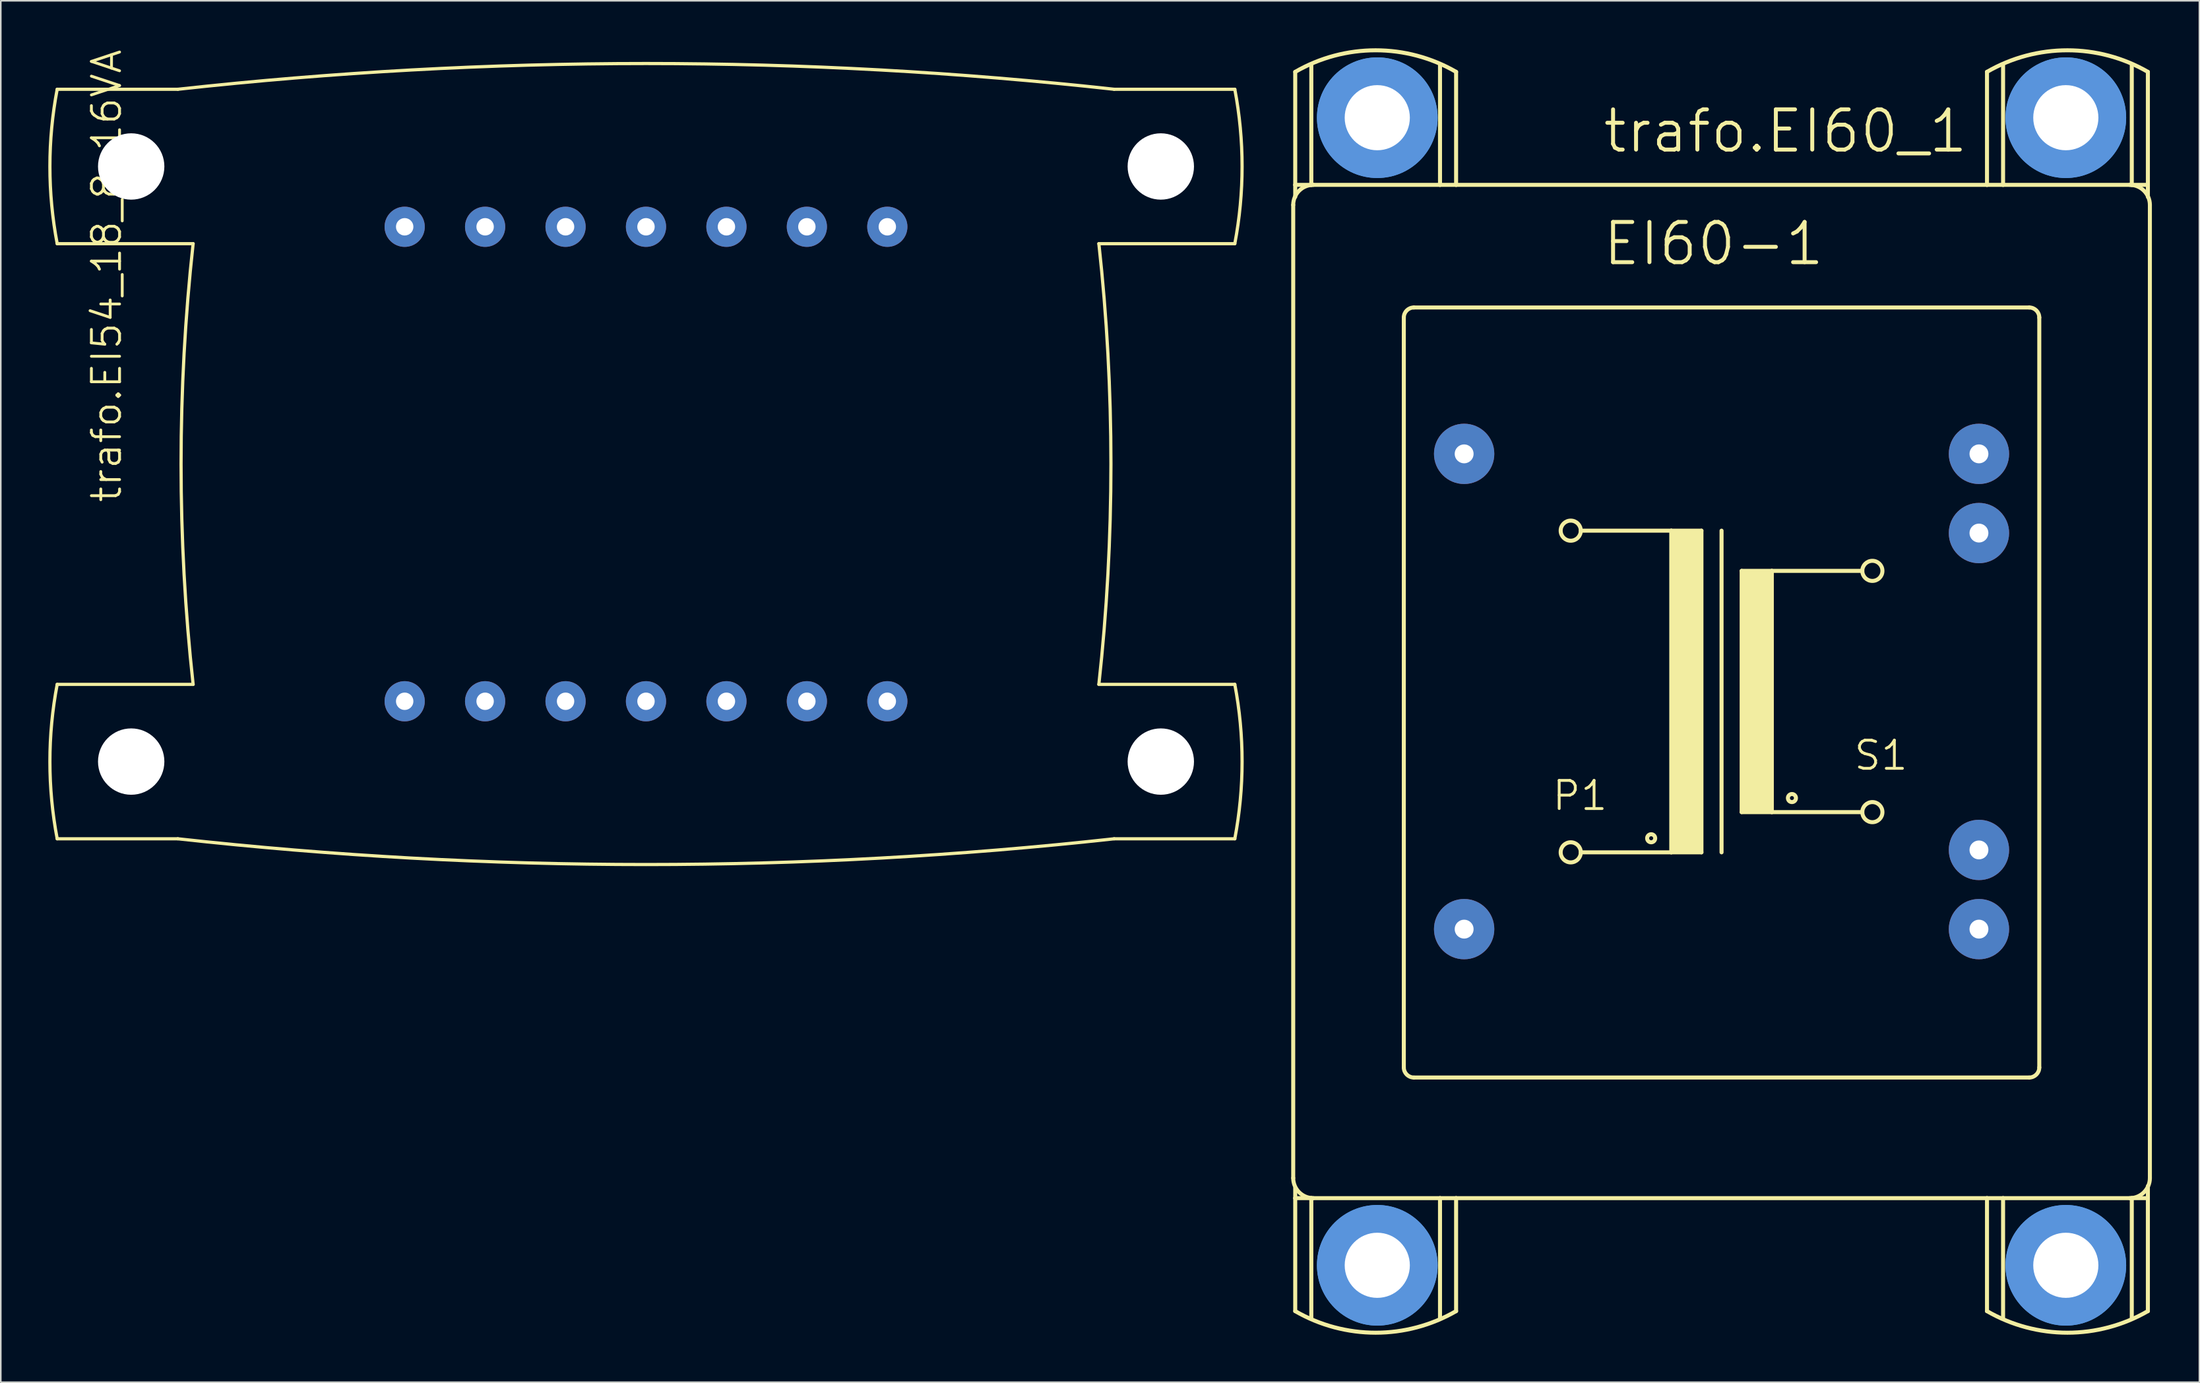
<source format=kicad_pcb>
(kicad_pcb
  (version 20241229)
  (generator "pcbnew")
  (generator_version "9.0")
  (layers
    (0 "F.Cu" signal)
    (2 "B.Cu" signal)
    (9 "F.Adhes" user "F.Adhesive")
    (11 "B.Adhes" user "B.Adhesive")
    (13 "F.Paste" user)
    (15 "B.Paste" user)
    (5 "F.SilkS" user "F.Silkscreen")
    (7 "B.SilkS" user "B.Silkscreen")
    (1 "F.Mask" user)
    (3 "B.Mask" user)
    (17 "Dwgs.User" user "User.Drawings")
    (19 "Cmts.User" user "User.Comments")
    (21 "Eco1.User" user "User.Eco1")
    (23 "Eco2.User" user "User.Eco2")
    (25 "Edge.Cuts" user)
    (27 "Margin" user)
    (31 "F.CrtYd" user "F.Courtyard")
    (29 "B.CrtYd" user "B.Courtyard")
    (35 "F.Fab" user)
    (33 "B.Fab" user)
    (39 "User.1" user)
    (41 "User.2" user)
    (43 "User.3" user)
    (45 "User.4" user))
  (footprint "trafo.EI60_1"
    (layer "F.Cu")
    (at 105.672 40.631)
    (property "Reference" "trafo.EI60_1" (at -7.62 -33.909 0) (layer "F.SilkS") (effects (font (size 2.54 2.54) (thickness 0.25)) (justify left bottom)))
    (attr through_hole)
    (fp_line (start -27.051 30.734) (end -27.051 -30.734) (stroke (width 0.254) (type default)) (layer "F.SilkS"))
    (fp_line (start -26.924 -39.141) (end -26.924 -32.004) (stroke (width 0.254) (type default)) (layer "F.SilkS"))
    (fp_line (start -26.924 -32.004) (end -25.908 -32.004) (stroke (width 0.254) (type default)) (layer "F.SilkS"))
    (fp_line (start -26.924 -31.242) (end -26.924 -32.004) (stroke (width 0.254) (type default)) (layer "F.SilkS"))
    (fp_line (start -26.924 32.004) (end -26.924 31.369) (stroke (width 0.254) (type default)) (layer "F.SilkS"))
    (fp_line (start -26.924 32.004) (end -26.924 39.141) (stroke (width 0.254) (type default)) (layer "F.SilkS"))
    (fp_line (start -26.924 32.004) (end -25.908 32.004) (stroke (width 0.254) (type default)) (layer "F.SilkS"))
    (fp_line (start -25.908 -32.004) (end -25.908 -39.624) (stroke (width 0.254) (type default)) (layer "F.SilkS"))
    (fp_line (start -25.908 -32.004) (end -17.78 -32.004) (stroke (width 0.254) (type default)) (layer "F.SilkS"))
    (fp_line (start -25.908 32.004) (end -25.908 39.624) (stroke (width 0.254) (type default)) (layer "F.SilkS"))
    (fp_line (start -20.066 -23.622) (end -20.066 23.749) (stroke (width 0.254) (type default)) (layer "F.SilkS"))
    (fp_line (start -19.431 -24.257) (end 19.431 -24.257) (stroke (width 0.254) (type default)) (layer "F.SilkS"))
    (fp_line (start -19.431 24.384) (end 19.431 24.384) (stroke (width 0.254) (type default)) (layer "F.SilkS"))
    (fp_line (start -17.78 -32.004) (end -17.78 -39.624) (stroke (width 0.254) (type default)) (layer "F.SilkS"))
    (fp_line (start -17.78 -32.004) (end -16.764 -32.004) (stroke (width 0.254) (type default)) (layer "F.SilkS"))
    (fp_line (start -17.78 32.004) (end -25.908 32.004) (stroke (width 0.254) (type default)) (layer "F.SilkS"))
    (fp_line (start -17.78 32.004) (end -17.78 39.624) (stroke (width 0.254) (type default)) (layer "F.SilkS"))
    (fp_line (start -16.764 -32.004) (end -16.764 -39.141) (stroke (width 0.254) (type default)) (layer "F.SilkS"))
    (fp_line (start -16.764 32.004) (end -17.78 32.004) (stroke (width 0.254) (type default)) (layer "F.SilkS"))
    (fp_line (start -16.764 39.141) (end -16.764 32.004) (stroke (width 0.254) (type default)) (layer "F.SilkS"))
    (fp_line (start -8.89 -10.16) (end -3.175 -10.16) (stroke (width 0.254) (type default)) (layer "F.SilkS"))
    (fp_line (start -3.175 -10.16) (end -3.175 10.16) (stroke (width 0.254) (type default)) (layer "F.SilkS"))
    (fp_line (start -3.175 -10.16) (end -1.27 -10.16) (stroke (width 0.254) (type default)) (layer "F.SilkS"))
    (fp_line (start -3.175 10.16) (end -8.89 10.16) (stroke (width 0.254) (type default)) (layer "F.SilkS"))
    (fp_line (start -1.27 -10.16) (end -1.27 10.16) (stroke (width 0.254) (type default)) (layer "F.SilkS"))
    (fp_line (start -1.27 10.16) (end -3.175 10.16) (stroke (width 0.254) (type default)) (layer "F.SilkS"))
    (fp_line (start 0 -10.16) (end 0 10.16) (stroke (width 0.254) (type default)) (layer "F.SilkS"))
    (fp_line (start 1.27 -7.62) (end 1.27 7.62) (stroke (width 0.254) (type default)) (layer "F.SilkS"))
    (fp_line (start 1.27 -7.62) (end 3.175 -7.62) (stroke (width 0.254) (type default)) (layer "F.SilkS"))
    (fp_line (start 1.27 7.62) (end 3.175 7.62) (stroke (width 0.254) (type default)) (layer "F.SilkS"))
    (fp_line (start 3.175 -7.62) (end 8.89 -7.62) (stroke (width 0.254) (type default)) (layer "F.SilkS"))
    (fp_line (start 3.175 7.62) (end 3.175 -7.62) (stroke (width 0.254) (type default)) (layer "F.SilkS"))
    (fp_line (start 3.175 7.62) (end 8.89 7.62) (stroke (width 0.254) (type default)) (layer "F.SilkS"))
    (fp_line (start 16.764 -39.141) (end 16.764 -32.004) (stroke (width 0.254) (type default)) (layer "F.SilkS"))
    (fp_line (start 16.764 -32.004) (end -16.764 -32.004) (stroke (width 0.254) (type default)) (layer "F.SilkS"))
    (fp_line (start 16.764 -32.004) (end 17.78 -32.004) (stroke (width 0.254) (type default)) (layer "F.SilkS"))
    (fp_line (start 16.764 32.004) (end -16.764 32.004) (stroke (width 0.254) (type default)) (layer "F.SilkS"))
    (fp_line (start 16.764 32.004) (end 16.764 39.141) (stroke (width 0.254) (type default)) (layer "F.SilkS"))
    (fp_line (start 17.78 -32.004) (end 17.78 -39.624) (stroke (width 0.254) (type default)) (layer "F.SilkS"))
    (fp_line (start 17.78 -32.004) (end 25.908 -32.004) (stroke (width 0.254) (type default)) (layer "F.SilkS"))
    (fp_line (start 17.78 32.004) (end 16.764 32.004) (stroke (width 0.254) (type default)) (layer "F.SilkS"))
    (fp_line (start 17.78 32.004) (end 17.78 39.624) (stroke (width 0.254) (type default)) (layer "F.SilkS"))
    (fp_line (start 20.066 23.749) (end 20.066 -23.622) (stroke (width 0.254) (type default)) (layer "F.SilkS"))
    (fp_line (start 25.908 -32.004) (end 25.908 -39.624) (stroke (width 0.254) (type default)) (layer "F.SilkS"))
    (fp_line (start 25.908 -32.004) (end 26.924 -32.004) (stroke (width 0.254) (type default)) (layer "F.SilkS"))
    (fp_line (start 25.908 32.004) (end 17.78 32.004) (stroke (width 0.254) (type default)) (layer "F.SilkS"))
    (fp_line (start 25.908 32.004) (end 25.908 39.624) (stroke (width 0.254) (type default)) (layer "F.SilkS"))
    (fp_line (start 26.924 -32.004) (end 26.924 -39.141) (stroke (width 0.254) (type default)) (layer "F.SilkS"))
    (fp_line (start 26.924 -31.242) (end 26.924 -32.004) (stroke (width 0.254) (type default)) (layer "F.SilkS"))
    (fp_line (start 26.924 32.004) (end 25.908 32.004) (stroke (width 0.254) (type default)) (layer "F.SilkS"))
    (fp_line (start 26.924 32.004) (end 26.924 31.242) (stroke (width 0.254) (type default)) (layer "F.SilkS"))
    (fp_line (start 26.924 39.141) (end 26.924 32.004) (stroke (width 0.254) (type default)) (layer "F.SilkS"))
    (fp_line (start 27.051 -30.734) (end 27.051 30.734) (stroke (width 0.254) (type default)) (layer "F.SilkS"))
    (fp_rect (start -3.175 10.16) (end -1.27 -10.16) (stroke (width 0.05) (type default)) (fill yes) (layer "F.SilkS"))
    (fp_rect (start 1.27 7.62) (end 3.175 -7.62) (stroke (width 0.05) (type default)) (fill yes) (layer "F.SilkS"))
    (fp_arc (start -27.051 -30.734) (mid -26.679026 -31.632026) (end -25.781 -32.004) (stroke (width 0.254) (type default)) (layer "F.SilkS"))
    (fp_arc (start -26.924 -39.1414) (mid -21.844 -40.503979) (end -16.764 -39.1414) (stroke (width 0.254) (type default)) (layer "F.SilkS"))
    (fp_arc (start -25.781 32.004) (mid -26.679026 31.632026) (end -27.051 30.734) (stroke (width 0.254) (type default)) (layer "F.SilkS"))
    (fp_arc (start -20.066 -23.622) (mid -19.880013 -24.071013) (end -19.431 -24.257) (stroke (width 0.254) (type default)) (layer "F.SilkS"))
    (fp_arc (start -19.431 24.384) (mid -19.880013 24.198013) (end -20.066 23.749) (stroke (width 0.254) (type default)) (layer "F.SilkS"))
    (fp_arc (start -16.764 39.1414) (mid -21.844 40.503979) (end -26.924 39.1414) (stroke (width 0.254) (type default)) (layer "F.SilkS"))
    (fp_arc (start 16.764 -39.1414) (mid 21.844 -40.503979) (end 26.924 -39.1414) (stroke (width 0.254) (type default)) (layer "F.SilkS"))
    (fp_arc (start 19.431 -24.257) (mid 19.880013 -24.071013) (end 20.066 -23.622) (stroke (width 0.254) (type default)) (layer "F.SilkS"))
    (fp_arc (start 20.066 23.749) (mid 19.880013 24.198013) (end 19.431 24.384) (stroke (width 0.254) (type default)) (layer "F.SilkS"))
    (fp_arc (start 25.781 -32.004) (mid 26.679026 -31.632026) (end 27.051 -30.734) (stroke (width 0.254) (type default)) (layer "F.SilkS"))
    (fp_arc (start 26.924 39.1414) (mid 21.844 40.503979) (end 16.764 39.1414) (stroke (width 0.254) (type default)) (layer "F.SilkS"))
    (fp_arc (start 27.051 30.734) (mid 26.679026 31.632026) (end 25.781 32.004) (stroke (width 0.254) (type default)) (layer "F.SilkS"))
    (fp_circle (center -9.525 -10.16) (end -8.89 -10.16) (stroke (width 0.254) (type default)) (fill no) (layer "F.SilkS"))
    (fp_circle (center -9.525 10.16) (end -8.89 10.16) (stroke (width 0.254) (type default)) (fill no) (layer "F.SilkS"))
    (fp_circle (center -4.445 9.271) (end -4.191 9.271) (stroke (width 0.254) (type default)) (fill no) (layer "F.SilkS"))
    (fp_circle (center 4.445 6.731) (end 4.699 6.731) (stroke (width 0.254) (type default)) (fill no) (layer "F.SilkS"))
    (fp_circle (center 9.525 -7.62) (end 10.16 -7.62) (stroke (width 0.254) (type default)) (fill no) (layer "F.SilkS"))
    (fp_circle (center 9.525 7.62) (end 10.16 7.62) (stroke (width 0.254) (type default)) (fill no) (layer "F.SilkS"))
    (fp_circle (center -21.742 -36.246) (end -18.821 -36.246) (stroke (width 1.778) (type default)) (fill no) (layer "Cmts.User"))
    (fp_circle (center -21.742 -36.246) (end -18.821 -36.246) (stroke (width 1.778) (type default)) (fill no) (layer "Cmts.User"))
    (fp_circle (center -21.742 36.246) (end -18.821 36.246) (stroke (width 1.778) (type default)) (fill no) (layer "Cmts.User"))
    (fp_circle (center -21.742 36.246) (end -18.821 36.246) (stroke (width 1.778) (type default)) (fill no) (layer "Cmts.User"))
    (fp_circle (center 21.742 -36.246) (end 24.663 -36.246) (stroke (width 1.778) (type default)) (fill no) (layer "Cmts.User"))
    (fp_circle (center 21.742 -36.246) (end 24.663 -36.246) (stroke (width 1.778) (type default)) (fill no) (layer "Cmts.User"))
    (fp_circle (center 21.742 36.246) (end 24.663 36.246) (stroke (width 1.778) (type default)) (fill no) (layer "Cmts.User"))
    (fp_circle (center 21.742 36.246) (end 24.663 36.246) (stroke (width 1.778) (type default)) (fill no) (layer "Cmts.User"))
    (fp_text user "EI60-1" (at -7.62 -26.797 0) (layer "F.SilkS") (effects (font (size 2.54 2.54) (thickness 0.25)) (justify left bottom)))
    (fp_text user "S1" (at 8.255 5.08 0) (layer "F.SilkS") (effects (font (size 1.778 1.778) (thickness 0.18)) (justify left bottom)))
    (fp_text user "P1" (at -10.795 7.62 0) (layer "F.SilkS") (effects (font (size 1.778 1.778) (thickness 0.18)) (justify left bottom)))
    (pad "" np_thru_hole circle (at -21.742 -36.246) (size 4.115 4.115) (drill 4.115) (layers "*.Cu" "*.Mask"))
    (pad "" np_thru_hole circle (at -21.742 36.246) (size 4.115 4.115) (drill 4.115) (layers "*.Cu" "*.Mask"))
    (pad "" np_thru_hole circle (at 21.742 -36.246) (size 4.115 4.115) (drill 4.115) (layers "*.Cu" "*.Mask"))
    (pad "" np_thru_hole circle (at 21.742 36.246) (size 4.115 4.115) (drill 4.115) (layers "*.Cu" "*.Mask"))
    (pad "1" thru_hole circle (at -16.256 -15.011) (size 3.81 3.81) (drill 1.194) (layers "*.Cu" "*.Mask"))
    (pad "7" thru_hole circle (at -16.256 15.011) (size 3.81 3.81) (drill 1.194) (layers "*.Cu" "*.Mask"))
    (pad "8" thru_hole circle (at 16.256 15.011) (size 3.81 3.81) (drill 1.194) (layers "*.Cu" "*.Mask"))
    (pad "9" thru_hole circle (at 16.256 10.008) (size 3.81 3.81) (drill 1.194) (layers "*.Cu" "*.Mask"))
    (pad "13" thru_hole circle (at 16.256 -10.008) (size 3.81 3.81) (drill 1.194) (layers "*.Cu" "*.Mask"))
    (pad "14" thru_hole circle (at 16.256 -15.011) (size 3.81 3.81) (drill 1.194) (layers "*.Cu" "*.Mask")))
  (footprint "trafo.EI54_18_8_16VA"
    (layer "F.Cu")
    (at 37.747 26.262)
    (property "Reference" "trafo.EI54_18_8_16VA" (at -33.02 2.54 90) (layer "F.SilkS") (effects (font (size 1.778 1.778) (thickness 0.18)) (justify left bottom)))
    (attr through_hole)
    (fp_line (start -37.186 -13.919) (end -28.6 -13.919) (stroke (width 0.203) (type default)) (layer "F.SilkS"))
    (fp_line (start -37.186 23.673) (end -29.566 23.673) (stroke (width 0.203) (type default)) (layer "F.SilkS"))
    (fp_line (start -29.566 -23.673) (end -37.186 -23.673) (stroke (width 0.203) (type default)) (layer "F.SilkS"))
    (fp_line (start -28.6 13.919) (end -37.186 13.919) (stroke (width 0.203) (type default)) (layer "F.SilkS"))
    (fp_line (start 28.6 -13.919) (end 37.186 -13.919) (stroke (width 0.203) (type default)) (layer "F.SilkS"))
    (fp_line (start 29.566 23.673) (end 37.186 23.673) (stroke (width 0.203) (type default)) (layer "F.SilkS"))
    (fp_line (start 37.186 -23.673) (end 29.566 -23.673) (stroke (width 0.203) (type default)) (layer "F.SilkS"))
    (fp_line (start 37.186 13.919) (end 28.6 13.919) (stroke (width 0.203) (type default)) (layer "F.SilkS"))
    (fp_arc (start -37.1856 -13.9192) (mid -37.645582 -18.796) (end -37.1856 -23.6728) (stroke (width 0.2032) (type default)) (layer "F.SilkS"))
    (fp_arc (start -37.1856 23.6728) (mid -37.645582 18.796) (end -37.1856 13.9192) (stroke (width 0.2032) (type default)) (layer "F.SilkS"))
    (fp_arc (start -29.5656 -23.6728) (mid 0 -25.299338) (end 29.5656 -23.6728) (stroke (width 0.2032) (type default)) (layer "F.SilkS"))
    (fp_arc (start -28.6004 13.9192) (mid -29.362441 0) (end -28.6004 -13.9192) (stroke (width 0.2032) (type default)) (layer "F.SilkS"))
    (fp_arc (start 28.6004 -13.9192) (mid 29.362441 0) (end 28.6004 13.9192) (stroke (width 0.2032) (type default)) (layer "F.SilkS"))
    (fp_arc (start 29.5656 23.6728) (mid 0 25.299338) (end -29.5656 23.6728) (stroke (width 0.2032) (type default)) (layer "F.SilkS"))
    (fp_arc (start 37.1856 -23.6728) (mid 37.645582 -18.796) (end 37.1856 -13.9192) (stroke (width 0.2032) (type default)) (layer "F.SilkS"))
    (fp_arc (start 37.1856 13.9192) (mid 37.645582 18.796) (end 37.1856 23.6728) (stroke (width 0.2032) (type default)) (layer "F.SilkS"))
    (pad "" np_thru_hole circle (at -32.512 -18.796) (size 4.191 4.191) (drill 4.191) (layers "*.Cu" "*.Mask"))
    (pad "" np_thru_hole circle (at -32.512 18.796) (size 4.191 4.191) (drill 4.191) (layers "*.Cu" "*.Mask"))
    (pad "" np_thru_hole circle (at 32.512 -18.796) (size 4.191 4.191) (drill 4.191) (layers "*.Cu" "*.Mask"))
    (pad "" np_thru_hole circle (at 32.512 18.796) (size 4.191 4.191) (drill 4.191) (layers "*.Cu" "*.Mask"))
    (pad "1" thru_hole circle (at -15.24 14.986) (size 2.54 2.54) (drill 1.1) (layers "*.Cu" "*.Mask"))
    (pad "2" thru_hole circle (at -10.16 14.986) (size 2.54 2.54) (drill 1.1) (layers "*.Cu" "*.Mask"))
    (pad "3" thru_hole circle (at -5.08 14.986) (size 2.54 2.54) (drill 1.1) (layers "*.Cu" "*.Mask"))
    (pad "4" thru_hole circle (at 0 14.986) (size 2.54 2.54) (drill 1.1) (layers "*.Cu" "*.Mask"))
    (pad "5" thru_hole circle (at 5.08 14.986) (size 2.54 2.54) (drill 1.1) (layers "*.Cu" "*.Mask"))
    (pad "6" thru_hole circle (at 10.16 14.986) (size 2.54 2.54) (drill 1.1) (layers "*.Cu" "*.Mask"))
    (pad "7" thru_hole circle (at 15.24 14.986) (size 2.54 2.54) (drill 1.1) (layers "*.Cu" "*.Mask"))
    (pad "8" thru_hole circle (at 15.24 -14.986 180) (size 2.54 2.54) (drill 1.1) (layers "*.Cu" "*.Mask"))
    (pad "9" thru_hole circle (at 10.16 -14.986 180) (size 2.54 2.54) (drill 1.1) (layers "*.Cu" "*.Mask"))
    (pad "10" thru_hole circle (at 5.08 -14.986 180) (size 2.54 2.54) (drill 1.1) (layers "*.Cu" "*.Mask"))
    (pad "11" thru_hole circle (at 0 -14.986 180) (size 2.54 2.54) (drill 1.1) (layers "*.Cu" "*.Mask"))
    (pad "12" thru_hole circle (at -5.08 -14.986 180) (size 2.54 2.54) (drill 1.1) (layers "*.Cu" "*.Mask"))
    (pad "13" thru_hole circle (at -10.16 -14.986 180) (size 2.54 2.54) (drill 1.1) (layers "*.Cu" "*.Mask"))
    (pad "14" thru_hole circle (at -15.24 -14.986 180) (size 2.54 2.54) (drill 1.1) (layers "*.Cu" "*.Mask")))
  (gr_rect
    (start -3 -3)
    (end 135.85 84.262)
    (stroke (width 0.1) (type default))
    (fill no)
    (layer "Edge.Cuts")))
</source>
